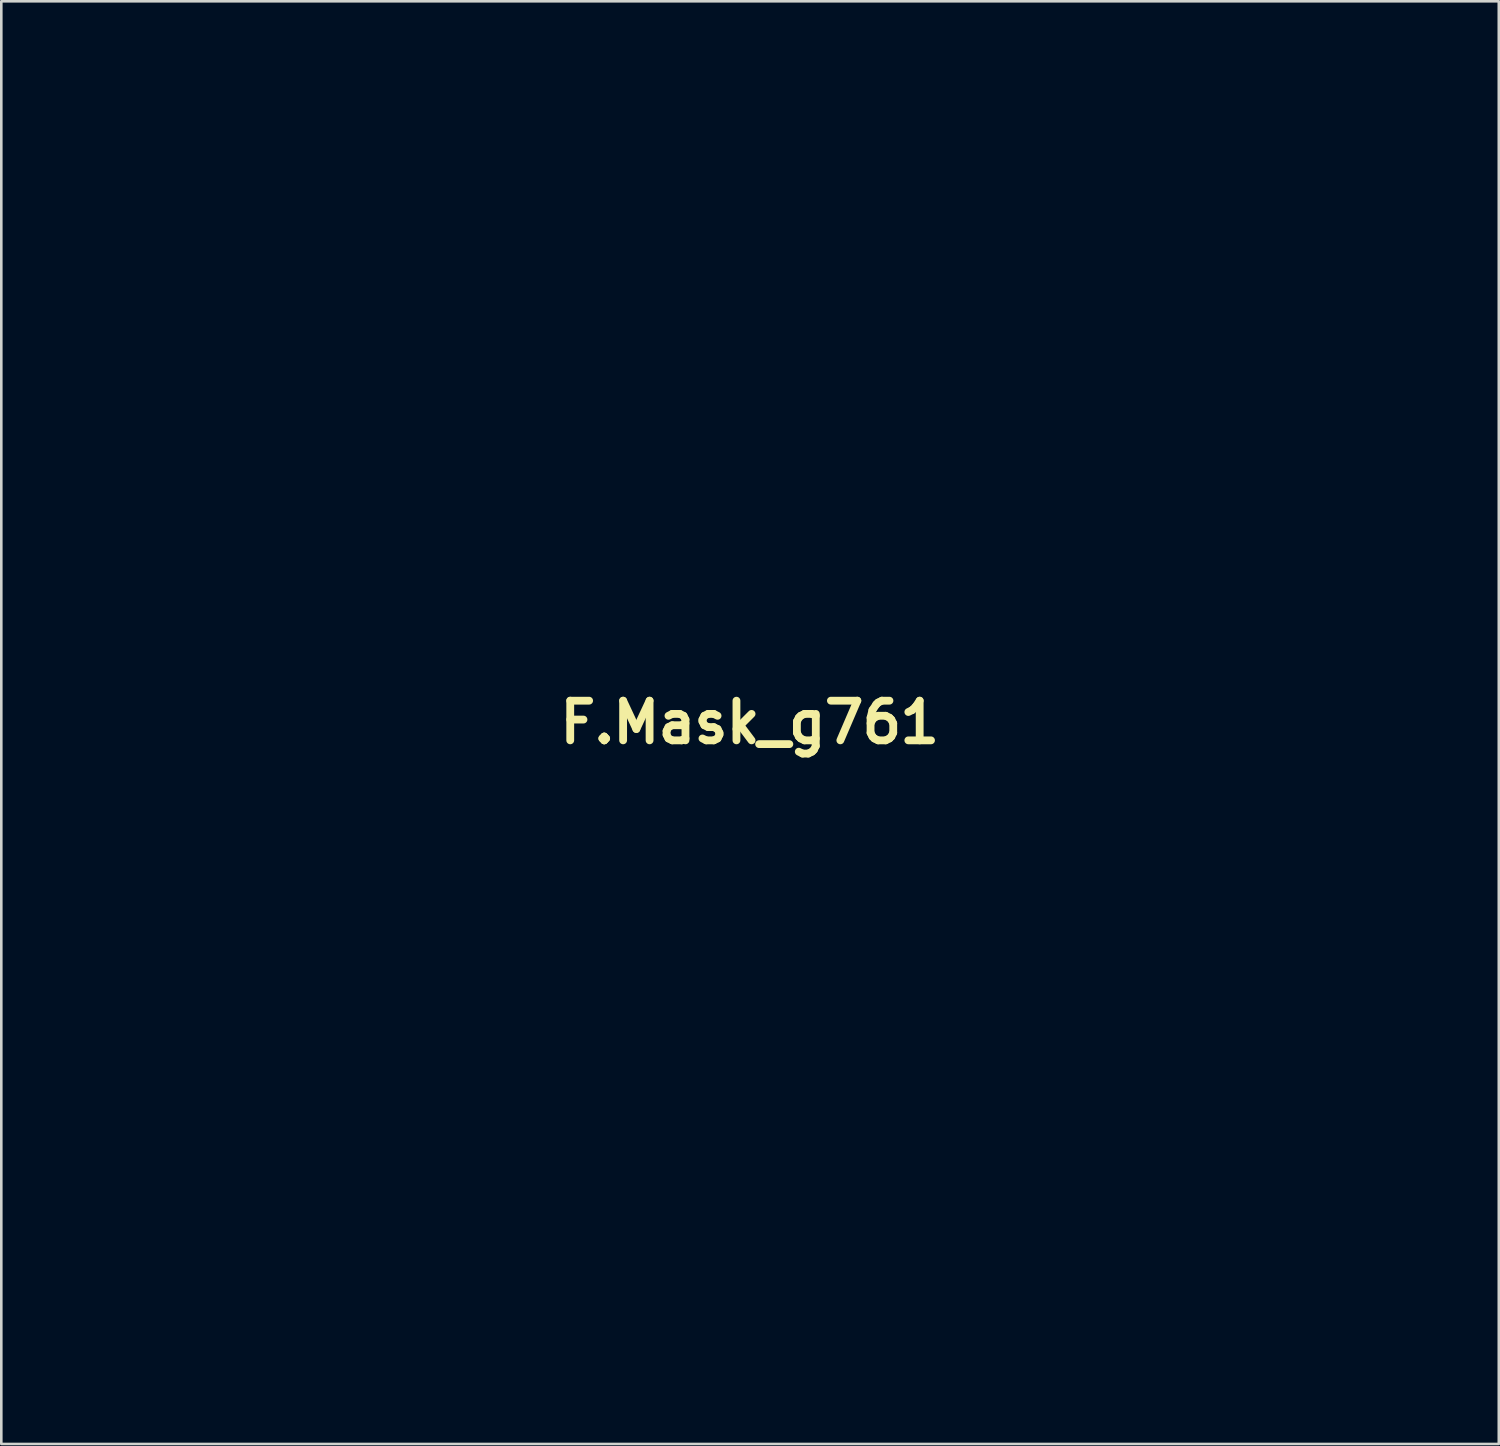
<source format=kicad_pcb>
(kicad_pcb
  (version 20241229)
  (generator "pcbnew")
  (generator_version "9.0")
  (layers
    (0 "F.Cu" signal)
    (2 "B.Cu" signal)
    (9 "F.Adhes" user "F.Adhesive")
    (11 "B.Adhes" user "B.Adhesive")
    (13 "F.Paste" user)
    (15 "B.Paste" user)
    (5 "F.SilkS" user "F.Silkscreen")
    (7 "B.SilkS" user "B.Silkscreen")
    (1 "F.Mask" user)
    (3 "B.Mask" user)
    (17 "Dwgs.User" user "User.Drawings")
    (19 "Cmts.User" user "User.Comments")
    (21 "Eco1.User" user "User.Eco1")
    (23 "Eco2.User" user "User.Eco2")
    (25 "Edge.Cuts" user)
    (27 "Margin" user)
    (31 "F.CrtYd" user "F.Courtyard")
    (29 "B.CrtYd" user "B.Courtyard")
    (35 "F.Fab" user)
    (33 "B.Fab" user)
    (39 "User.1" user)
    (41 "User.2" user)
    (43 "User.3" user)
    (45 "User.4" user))
  (footprint "F.Mask_g761"
    (layer "F.Cu")
    (at 25.754 24.706)
    (property "Reference" "F.Mask_g761" (at 0 0 0) (layer "F.SilkS") (effects (font (size 1.524 1.524) (thickness 0.3))))
    (attr through_hole)
    (fp_poly (pts (xy 6.287 -7.246) (xy 6.322 -7.192) (xy 6.371 -7.114) (xy 6.428 -7.019) (xy 6.491 -6.913) (xy 6.554 -6.802) (xy 6.616 -6.694) (xy 6.67 -6.594) (xy 6.715 -6.509) (xy 6.72 -6.498) (xy 6.822 -6.284) (xy 6.915 -6.064) (xy 6.996 -5.85) (xy 7.057 -5.657) (xy 7.062 -5.639) (xy 7.087 -5.542) (xy 7.104 -5.459) (xy 7.113 -5.374) (xy 7.118 -5.276) (xy 7.119 -5.149) (xy 7.119 -5.144) (xy 7.108 -4.902) (xy 7.075 -4.692) (xy 7.018 -4.51) (xy 6.935 -4.349) (xy 6.825 -4.204) (xy 6.776 -4.153) (xy 6.626 -4.03) (xy 6.435 -3.918) (xy 6.205 -3.817) (xy 5.935 -3.728) (xy 5.627 -3.65) (xy 5.307 -3.589) (xy 5.189 -3.57) (xy 5.049 -3.551) (xy 4.895 -3.531) (xy 4.734 -3.512) (xy 4.573 -3.494) (xy 4.422 -3.478) (xy 4.286 -3.465) (xy 4.173 -3.456) (xy 4.092 -3.452) (xy 4.07 -3.451) (xy 3.99 -3.452) (xy 4.073 -3.52) (xy 4.37 -3.771) (xy 4.633 -4.015) (xy 4.867 -4.26) (xy 5.08 -4.512) (xy 5.278 -4.779) (xy 5.466 -5.067) (xy 5.585 -5.268) (xy 5.749 -5.581) (xy 5.896 -5.913) (xy 6.022 -6.256) (xy 6.124 -6.599) (xy 6.199 -6.932) (xy 6.234 -7.159) (xy 6.245 -7.222) (xy 6.258 -7.262) (xy 6.268 -7.269) (xy 6.287 -7.246)) (stroke (width 0.01) (type solid)) (fill yes) (layer "F.Mask"))
    (fp_poly (pts (xy 1.384 -11.447) (xy 1.418 -11.445) (xy 1.616 -11.414) (xy 1.831 -11.351) (xy 2.011 -11.278) (xy 2.148 -11.216) (xy 1.957 -11.115) (xy 1.857 -11.06) (xy 1.752 -10.999) (xy 1.662 -10.943) (xy 1.634 -10.925) (xy 1.346 -10.707) (xy 1.065 -10.45) (xy 0.796 -10.16) (xy 0.539 -9.838) (xy 0.297 -9.49) (xy 0.074 -9.119) (xy -0.128 -8.728) (xy -0.307 -8.322) (xy -0.459 -7.905) (xy -0.467 -7.881) (xy -0.498 -7.782) (xy -0.516 -7.715) (xy -0.522 -7.671) (xy -0.517 -7.644) (xy -0.509 -7.632) (xy -0.495 -7.616) (xy -0.481 -7.605) (xy -0.463 -7.6) (xy -0.44 -7.605) (xy -0.407 -7.621) (xy -0.362 -7.649) (xy -0.303 -7.693) (xy -0.226 -7.755) (xy -0.128 -7.835) (xy -0.006 -7.937) (xy 0.143 -8.062) (xy 0.309 -8.203) (xy 0.52 -8.379) (xy 0.703 -8.532) (xy 0.866 -8.664) (xy 1.012 -8.78) (xy 1.148 -8.883) (xy 1.278 -8.978) (xy 1.406 -9.068) (xy 1.504 -9.134) (xy 1.809 -9.326) (xy 2.097 -9.479) (xy 2.368 -9.595) (xy 2.623 -9.673) (xy 2.863 -9.713) (xy 3.089 -9.716) (xy 3.301 -9.681) (xy 3.5 -9.608) (xy 3.688 -9.498) (xy 3.844 -9.371) (xy 4.092 -9.112) (xy 4.303 -8.835) (xy 4.475 -8.543) (xy 4.608 -8.236) (xy 4.702 -7.916) (xy 4.757 -7.584) (xy 4.772 -7.243) (xy 4.748 -6.893) (xy 4.683 -6.536) (xy 4.578 -6.173) (xy 4.501 -5.967) (xy 4.335 -5.597) (xy 4.149 -5.259) (xy 3.938 -4.946) (xy 3.698 -4.652) (xy 3.446 -4.392) (xy 3.151 -4.132) (xy 2.845 -3.913) (xy 2.529 -3.734) (xy 2.2 -3.594) (xy 1.859 -3.494) (xy 1.503 -3.433) (xy 1.433 -3.426) (xy 1.23 -3.414) (xy 1.036 -3.421) (xy 0.837 -3.447) (xy 0.618 -3.493) (xy 0.587 -3.501) (xy 0.28 -3.599) (xy -0.028 -3.737) (xy -0.335 -3.912) (xy -0.638 -4.121) (xy -0.933 -4.364) (xy -1.217 -4.637) (xy -1.488 -4.938) (xy -1.692 -5.196) (xy -1.746 -5.266) (xy -1.793 -5.322) (xy -1.827 -5.357) (xy -1.834 -5.362) (xy -1.874 -5.365) (xy -1.911 -5.339) (xy -1.926 -5.298) (xy -1.915 -5.258) (xy -1.885 -5.189) (xy -1.839 -5.097) (xy -1.78 -4.988) (xy -1.712 -4.869) (xy -1.639 -4.747) (xy -1.564 -4.627) (xy -1.524 -4.565) (xy -1.319 -4.279) (xy -1.095 -4.007) (xy -0.857 -3.756) (xy -0.612 -3.53) (xy -0.363 -3.335) (xy -0.117 -3.176) (xy -0.094 -3.163) (xy -0.011 -3.115) (xy 0.037 -3.082) (xy 0.053 -3.06) (xy 0.04 -3.045) (xy 0.017 -3.038) (xy -0.042 -3.025) (xy -0.136 -3.007) (xy -0.259 -2.984) (xy -0.405 -2.958) (xy -0.568 -2.929) (xy -0.741 -2.898) (xy -0.918 -2.867) (xy -1.093 -2.837) (xy -1.26 -2.809) (xy -1.411 -2.784) (xy -1.542 -2.763) (xy -1.645 -2.747) (xy -1.674 -2.743) (xy -2.041 -2.696) (xy -2.38 -2.664) (xy -2.688 -2.648) (xy -2.962 -2.647) (xy -3.201 -2.662) (xy -3.315 -2.677) (xy -3.466 -2.705) (xy -3.608 -2.741) (xy -3.731 -2.782) (xy -3.826 -2.825) (xy -3.852 -2.841) (xy -3.93 -2.91) (xy -3.989 -3.003) (xy -4.031 -3.123) (xy -4.056 -3.275) (xy -4.067 -3.462) (xy -4.067 -3.514) (xy -4.063 -3.694) (xy -4.048 -3.874) (xy -4.02 -4.064) (xy -3.978 -4.272) (xy -3.925 -4.498) (xy -3.846 -4.786) (xy -3.746 -5.105) (xy -3.627 -5.45) (xy -3.491 -5.815) (xy -3.34 -6.196) (xy -3.176 -6.588) (xy -3.001 -6.985) (xy -2.818 -7.383) (xy -2.678 -7.673) (xy -2.47 -8.073) (xy -2.25 -8.447) (xy -2.013 -8.8) (xy -1.754 -9.14) (xy -1.469 -9.473) (xy -1.151 -9.807) (xy -0.919 -10.033) (xy -0.668 -10.259) (xy -0.4 -10.48) (xy -0.12 -10.69) (xy 0.164 -10.886) (xy 0.446 -11.063) (xy 0.719 -11.216) (xy 0.977 -11.341) (xy 1.09 -11.389) (xy 1.179 -11.423) (xy 1.246 -11.442) (xy 1.309 -11.449) (xy 1.384 -11.447)) (stroke (width 0.01) (type solid)) (fill yes) (layer "F.Mask"))
    (fp_poly (pts (xy 25.621 -24.681) (xy 25.638 -24.622) (xy 25.656 -24.53) (xy 25.675 -24.407) (xy 25.695 -24.258) (xy 25.714 -24.087) (xy 25.732 -23.898) (xy 25.749 -23.695) (xy 25.761 -23.519) (xy 25.768 -23.38) (xy 25.773 -23.205) (xy 25.776 -23) (xy 25.778 -22.772) (xy 25.777 -22.528) (xy 25.776 -22.273) (xy 25.773 -22.014) (xy 25.768 -21.757) (xy 25.762 -21.509) (xy 25.755 -21.276) (xy 25.747 -21.065) (xy 25.738 -20.881) (xy 25.73 -20.765) (xy 25.693 -20.313) (xy 25.651 -19.88) (xy 25.605 -19.457) (xy 25.552 -19.032) (xy 25.49 -18.597) (xy 25.42 -18.141) (xy 25.339 -17.655) (xy 25.335 -17.632) (xy 25.175 -16.755) (xy 25.002 -15.916) (xy 24.815 -15.112) (xy 24.612 -14.34) (xy 24.394 -13.598) (xy 24.158 -12.883) (xy 23.906 -12.192) (xy 23.634 -11.522) (xy 23.344 -10.872) (xy 23.037 -10.245) (xy 22.874 -9.931) (xy 22.718 -9.651) (xy 22.566 -9.395) (xy 22.412 -9.157) (xy 22.252 -8.928) (xy 22.081 -8.702) (xy 21.897 -8.474) (xy 21.592 -8.129) (xy 21.262 -7.796) (xy 20.91 -7.478) (xy 20.54 -7.176) (xy 20.156 -6.892) (xy 19.76 -6.629) (xy 19.357 -6.389) (xy 18.951 -6.175) (xy 18.545 -5.987) (xy 18.142 -5.828) (xy 17.747 -5.702) (xy 17.362 -5.608) (xy 16.992 -5.551) (xy 16.965 -5.548) (xy 16.841 -5.538) (xy 16.696 -5.528) (xy 16.541 -5.521) (xy 16.388 -5.516) (xy 16.248 -5.514) (xy 16.131 -5.514) (xy 16.066 -5.517) (xy 15.571 -5.564) (xy 15.102 -5.644) (xy 14.657 -5.757) (xy 14.233 -5.905) (xy 13.827 -6.088) (xy 13.437 -6.306) (xy 13.061 -6.562) (xy 12.922 -6.668) (xy 12.808 -6.764) (xy 12.677 -6.884) (xy 12.537 -7.02) (xy 12.396 -7.163) (xy 12.263 -7.305) (xy 12.145 -7.438) (xy 12.066 -7.535) (xy 11.768 -7.954) (xy 11.5 -8.402) (xy 11.262 -8.879) (xy 11.055 -9.385) (xy 10.877 -9.921) (xy 10.828 -10.097) (xy 10.791 -10.233) (xy 10.758 -10.37) (xy 10.727 -10.5) (xy 10.702 -10.617) (xy 10.684 -10.713) (xy 10.673 -10.782) (xy 10.672 -10.817) (xy 10.672 -10.818) (xy 10.682 -10.81) (xy 10.703 -10.77) (xy 10.732 -10.704) (xy 10.751 -10.654) (xy 10.912 -10.282) (xy 11.112 -9.914) (xy 11.344 -9.557) (xy 11.606 -9.218) (xy 11.862 -8.935) (xy 12.208 -8.609) (xy 12.571 -8.321) (xy 12.951 -8.071) (xy 13.351 -7.858) (xy 13.772 -7.681) (xy 14.215 -7.54) (xy 14.682 -7.434) (xy 14.725 -7.426) (xy 14.816 -7.411) (xy 14.901 -7.399) (xy 14.987 -7.39) (xy 15.081 -7.384) (xy 15.192 -7.38) (xy 15.327 -7.378) (xy 15.495 -7.377) (xy 15.547 -7.377) (xy 15.738 -7.378) (xy 15.893 -7.38) (xy 16.021 -7.384) (xy 16.129 -7.391) (xy 16.224 -7.4) (xy 16.313 -7.412) (xy 16.33 -7.415) (xy 16.803 -7.514) (xy 17.256 -7.65) (xy 17.689 -7.823) (xy 18.102 -8.033) (xy 18.493 -8.279) (xy 18.863 -8.562) (xy 19.209 -8.879) (xy 19.528 -9.226) (xy 19.81 -9.596) (xy 20.056 -9.988) (xy 20.266 -10.401) (xy 20.439 -10.834) (xy 20.575 -11.287) (xy 20.673 -11.758) (xy 20.686 -11.847) (xy 20.696 -11.94) (xy 20.703 -12.045) (xy 20.708 -12.169) (xy 20.71 -12.32) (xy 20.711 -12.504) (xy 20.711 -12.541) (xy 20.71 -12.719) (xy 20.709 -12.862) (xy 20.705 -12.979) (xy 20.7 -13.077) (xy 20.692 -13.164) (xy 20.681 -13.248) (xy 20.667 -13.337) (xy 20.662 -13.363) (xy 20.557 -13.835) (xy 20.416 -14.287) (xy 20.238 -14.717) (xy 20.023 -15.127) (xy 19.773 -15.514) (xy 19.487 -15.879) (xy 19.217 -16.169) (xy 19.11 -16.273) (xy 18.988 -16.384) (xy 18.861 -16.495) (xy 18.736 -16.599) (xy 18.623 -16.689) (xy 18.528 -16.757) (xy 18.508 -16.771) (xy 18.464 -16.803) (xy 18.442 -16.826) (xy 18.442 -16.83) (xy 18.459 -16.848) (xy 18.503 -16.886) (xy 18.566 -16.94) (xy 18.637 -16.998) (xy 18.864 -17.188) (xy 19.099 -17.394) (xy 19.336 -17.611) (xy 19.569 -17.832) (xy 19.791 -18.051) (xy 19.996 -18.261) (xy 20.177 -18.457) (xy 20.269 -18.563) (xy 20.578 -18.945) (xy 20.846 -19.318) (xy 21.075 -19.684) (xy 21.265 -20.043) (xy 21.417 -20.397) (xy 21.531 -20.748) (xy 21.571 -20.904) (xy 21.591 -21.005) (xy 21.606 -21.104) (xy 21.615 -21.214) (xy 21.62 -21.346) (xy 21.623 -21.46) (xy 21.626 -21.807) (xy 21.836 -21.986) (xy 22.29 -22.372) (xy 22.719 -22.727) (xy 23.126 -23.053) (xy 23.513 -23.354) (xy 23.884 -23.63) (xy 24.242 -23.884) (xy 24.587 -24.118) (xy 24.892 -24.314) (xy 25.013 -24.388) (xy 25.137 -24.461) (xy 25.259 -24.53) (xy 25.371 -24.592) (xy 25.468 -24.643) (xy 25.545 -24.68) (xy 25.594 -24.699) (xy 25.605 -24.701) (xy 25.621 -24.681)) (stroke (width 0.01) (type solid)) (fill yes) (layer "F.Mask"))
    (fp_poly (pts (xy -24.892 -20.773) (xy -24.816 -20.77) (xy -24.739 -20.763) (xy -24.659 -20.75) (xy -24.573 -20.731) (xy -24.475 -20.705) (xy -24.365 -20.669) (xy -24.238 -20.623) (xy -24.09 -20.566) (xy -23.919 -20.496) (xy -23.721 -20.413) (xy -23.493 -20.315) (xy -23.232 -20.201) (xy -23.086 -20.137) (xy -22.917 -20.063) (xy -22.755 -19.993) (xy -22.604 -19.927) (xy -22.471 -19.869) (xy -22.36 -19.822) (xy -22.278 -19.787) (xy -22.236 -19.77) (xy -22.024 -19.692) (xy -21.782 -19.614) (xy -21.522 -19.538) (xy -21.256 -19.468) (xy -20.994 -19.408) (xy -20.871 -19.382) (xy -20.796 -19.366) (xy -20.752 -19.35) (xy -20.728 -19.326) (xy -20.711 -19.288) (xy -20.709 -19.282) (xy -20.553 -18.856) (xy -20.387 -18.464) (xy -20.205 -18.097) (xy -20.004 -17.747) (xy -19.779 -17.406) (xy -19.526 -17.065) (xy -19.464 -16.987) (xy -19.325 -16.823) (xy -19.16 -16.641) (xy -18.977 -16.45) (xy -18.782 -16.257) (xy -18.584 -16.069) (xy -18.391 -15.894) (xy -18.21 -15.74) (xy -18.153 -15.694) (xy -18.072 -15.629) (xy -18.259 -15.493) (xy -18.632 -15.197) (xy -18.973 -14.874) (xy -19.282 -14.524) (xy -19.557 -14.149) (xy -19.797 -13.752) (xy -20.002 -13.333) (xy -20.17 -12.894) (xy -20.234 -12.689) (xy -20.272 -12.542) (xy -20.311 -12.367) (xy -20.349 -12.175) (xy -20.381 -11.982) (xy -20.387 -11.949) (xy -20.398 -11.845) (xy -20.406 -11.709) (xy -20.412 -11.549) (xy -20.414 -11.375) (xy -20.414 -11.197) (xy -20.411 -11.024) (xy -20.405 -10.865) (xy -20.397 -10.73) (xy -20.386 -10.636) (xy -20.296 -10.163) (xy -20.169 -9.707) (xy -20.006 -9.271) (xy -19.807 -8.856) (xy -19.576 -8.463) (xy -19.312 -8.094) (xy -19.017 -7.751) (xy -18.692 -7.435) (xy -18.339 -7.148) (xy -17.959 -6.891) (xy -17.553 -6.666) (xy -17.121 -6.475) (xy -17.065 -6.454) (xy -16.648 -6.317) (xy -16.214 -6.217) (xy -15.771 -6.155) (xy -15.322 -6.13) (xy -14.874 -6.142) (xy -14.431 -6.193) (xy -14 -6.282) (xy -13.985 -6.286) (xy -13.536 -6.423) (xy -13.105 -6.598) (xy -12.694 -6.81) (xy -12.304 -7.058) (xy -11.937 -7.34) (xy -11.597 -7.655) (xy -11.556 -7.696) (xy -11.241 -8.053) (xy -10.962 -8.429) (xy -10.721 -8.826) (xy -10.517 -9.244) (xy -10.35 -9.68) (xy -10.221 -10.136) (xy -10.146 -10.509) (xy -10.128 -10.654) (xy -10.115 -10.83) (xy -10.107 -11.03) (xy -10.104 -11.242) (xy -10.106 -11.458) (xy -10.113 -11.668) (xy -10.124 -11.862) (xy -10.141 -12.031) (xy -10.156 -12.13) (xy -10.18 -12.257) (xy -10.209 -12.392) (xy -10.24 -12.525) (xy -10.27 -12.646) (xy -10.297 -12.745) (xy -10.319 -12.81) (xy -10.319 -12.841) (xy -10.284 -12.856) (xy -10.043 -12.906) (xy -9.835 -12.956) (xy -9.65 -13.011) (xy -9.477 -13.073) (xy -9.307 -13.145) (xy -9.155 -13.219) (xy -9.048 -13.272) (xy -8.973 -13.307) (xy -8.925 -13.325) (xy -8.896 -13.33) (xy -8.883 -13.322) (xy -8.882 -13.317) (xy -8.871 -13.28) (xy -8.852 -13.216) (xy -8.83 -13.138) (xy -8.829 -13.134) (xy -8.769 -12.912) (xy -8.711 -12.657) (xy -8.656 -12.382) (xy -8.605 -12.096) (xy -8.561 -11.81) (xy -8.526 -11.534) (xy -8.518 -11.457) (xy -8.502 -11.265) (xy -8.491 -11.044) (xy -8.484 -10.803) (xy -8.482 -10.555) (xy -8.485 -10.309) (xy -8.492 -10.076) (xy -8.504 -9.865) (xy -8.517 -9.723) (xy -8.595 -9.169) (xy -8.705 -8.641) (xy -8.847 -8.139) (xy -9.022 -7.664) (xy -9.229 -7.216) (xy -9.467 -6.796) (xy -9.738 -6.402) (xy -10.04 -6.037) (xy -10.226 -5.842) (xy -10.512 -5.576) (xy -10.814 -5.335) (xy -11.135 -5.119) (xy -11.477 -4.925) (xy -11.843 -4.753) (xy -12.234 -4.602) (xy -12.654 -4.471) (xy -13.105 -4.359) (xy -13.589 -4.265) (xy -14.109 -4.188) (xy -14.367 -4.158) (xy -14.463 -4.149) (xy -14.59 -4.141) (xy -14.743 -4.134) (xy -14.911 -4.128) (xy -15.089 -4.122) (xy -15.269 -4.118) (xy -15.442 -4.115) (xy -15.602 -4.113) (xy -15.74 -4.114) (xy -15.849 -4.116) (xy -15.907 -4.119) (xy -16.433 -4.176) (xy -16.93 -4.26) (xy -17.403 -4.372) (xy -17.857 -4.514) (xy -18.298 -4.687) (xy -18.68 -4.868) (xy -18.944 -5.009) (xy -19.198 -5.158) (xy -19.447 -5.32) (xy -19.701 -5.5) (xy -19.965 -5.704) (xy -20.238 -5.927) (xy -20.828 -6.445) (xy -21.379 -6.978) (xy -21.892 -7.528) (xy -22.367 -8.095) (xy -22.806 -8.68) (xy -23.209 -9.285) (xy -23.576 -9.911) (xy -23.91 -10.559) (xy -24.211 -11.229) (xy -24.267 -11.367) (xy -24.399 -11.711) (xy -24.532 -12.093) (xy -24.664 -12.507) (xy -24.794 -12.947) (xy -24.921 -13.407) (xy -25.043 -13.883) (xy -25.159 -14.369) (xy -25.269 -14.86) (xy -25.369 -15.35) (xy -25.46 -15.835) (xy -25.54 -16.308) (xy -25.607 -16.764) (xy -25.621 -16.87) (xy -25.653 -17.122) (xy -25.679 -17.342) (xy -25.7 -17.537) (xy -25.717 -17.718) (xy -25.729 -17.891) (xy -25.738 -18.067) (xy -25.744 -18.253) (xy -25.747 -18.458) (xy -25.749 -18.692) (xy -25.749 -18.86) (xy -25.749 -19.074) (xy -25.748 -19.251) (xy -25.747 -19.396) (xy -25.745 -19.515) (xy -25.742 -19.612) (xy -25.737 -19.694) (xy -25.731 -19.764) (xy -25.723 -19.828) (xy -25.713 -19.893) (xy -25.703 -19.951) (xy -25.664 -20.138) (xy -25.621 -20.289) (xy -25.569 -20.41) (xy -25.505 -20.508) (xy -25.425 -20.588) (xy -25.325 -20.657) (xy -25.235 -20.706) (xy -25.165 -20.739) (xy -25.108 -20.759) (xy -25.049 -20.769) (xy -24.975 -20.773) (xy -24.892 -20.773)) (stroke (width 0.01) (type solid)) (fill yes) (layer "F.Mask"))
    (fp_poly (pts (xy 11.188 0.171) (xy 11.28 0.175) (xy 11.396 0.182) (xy 11.531 0.191) (xy 11.68 0.202) (xy 11.835 0.215) (xy 11.991 0.23) (xy 12.143 0.244) (xy 12.245 0.255) (xy 12.714 0.314) (xy 13.153 0.384) (xy 13.56 0.465) (xy 13.934 0.557) (xy 14.273 0.659) (xy 14.576 0.77) (xy 14.841 0.89) (xy 15.066 1.019) (xy 15.16 1.083) (xy 15.321 1.218) (xy 15.49 1.391) (xy 15.668 1.599) (xy 15.85 1.84) (xy 16.037 2.111) (xy 16.225 2.41) (xy 16.412 2.733) (xy 16.598 3.079) (xy 16.68 3.239) (xy 17 3.925) (xy 17.284 4.633) (xy 17.534 5.363) (xy 17.746 6.112) (xy 17.923 6.879) (xy 18.063 7.662) (xy 18.165 8.46) (xy 18.227 9.218) (xy 18.234 9.396) (xy 18.239 9.606) (xy 18.242 9.84) (xy 18.241 10.089) (xy 18.238 10.345) (xy 18.233 10.6) (xy 18.226 10.846) (xy 18.216 11.072) (xy 18.204 11.272) (xy 18.193 11.409) (xy 18.096 12.242) (xy 17.96 13.06) (xy 17.784 13.865) (xy 17.568 14.658) (xy 17.312 15.441) (xy 17.075 16.066) (xy 16.963 16.347) (xy 16.636 16.462) (xy 16.195 16.61) (xy 15.723 16.757) (xy 15.23 16.902) (xy 14.726 17.039) (xy 14.223 17.168) (xy 13.732 17.284) (xy 13.262 17.386) (xy 13.102 17.418) (xy 12.953 17.446) (xy 12.794 17.475) (xy 12.633 17.504) (xy 12.476 17.532) (xy 12.329 17.557) (xy 12.197 17.578) (xy 12.088 17.595) (xy 12.008 17.606) (xy 11.962 17.61) (xy 11.959 17.61) (xy 11.936 17.607) (xy 11.917 17.595) (xy 11.9 17.565) (xy 11.88 17.511) (xy 11.855 17.427) (xy 11.839 17.371) (xy 11.693 16.926) (xy 11.506 16.489) (xy 11.281 16.065) (xy 11.018 15.656) (xy 10.961 15.576) (xy 10.831 15.428) (xy 10.688 15.319) (xy 10.53 15.251) (xy 10.358 15.222) (xy 10.252 15.224) (xy 10.086 15.257) (xy 9.936 15.325) (xy 9.805 15.421) (xy 9.698 15.542) (xy 9.617 15.682) (xy 9.568 15.835) (xy 9.554 15.996) (xy 9.576 16.148) (xy 9.599 16.218) (xy 9.635 16.297) (xy 9.689 16.393) (xy 9.764 16.512) (xy 9.798 16.564) (xy 10.005 16.899) (xy 10.172 17.225) (xy 10.302 17.546) (xy 10.396 17.867) (xy 10.455 18.192) (xy 10.48 18.525) (xy 10.473 18.87) (xy 10.43 19.225) (xy 10.345 19.588) (xy 10.219 19.96) (xy 10.051 20.341) (xy 10.03 20.384) (xy 9.782 20.833) (xy 9.497 21.263) (xy 9.175 21.674) (xy 8.818 22.064) (xy 8.426 22.431) (xy 8.002 22.776) (xy 7.545 23.097) (xy 7.057 23.394) (xy 6.657 23.606) (xy 6.106 23.86) (xy 5.526 24.084) (xy 4.919 24.278) (xy 4.289 24.442) (xy 3.638 24.573) (xy 2.985 24.671) (xy 2.896 24.679) (xy 2.773 24.687) (xy 2.621 24.694) (xy 2.447 24.701) (xy 2.26 24.706) (xy 2.065 24.711) (xy 1.87 24.714) (xy 1.682 24.717) (xy 1.507 24.717) (xy 1.353 24.716) (xy 1.227 24.714) (xy 1.135 24.709) (xy 1.132 24.709) (xy 0.969 24.693) (xy 0.777 24.67) (xy 0.57 24.641) (xy 0.359 24.609) (xy 0.159 24.575) (xy -0.013 24.542) (xy -0.301 24.48) (xy -0.554 24.418) (xy -0.776 24.354) (xy -0.974 24.286) (xy -1.155 24.212) (xy -1.259 24.163) (xy -1.568 23.997) (xy -1.886 23.799) (xy -2.208 23.572) (xy -2.528 23.323) (xy -2.84 23.056) (xy -3.138 22.778) (xy -3.415 22.493) (xy -3.666 22.206) (xy -3.885 21.924) (xy -3.959 21.817) (xy -4.024 21.714) (xy -4.097 21.585) (xy -4.174 21.441) (xy -4.249 21.292) (xy -4.318 21.147) (xy -4.375 21.017) (xy -4.416 20.911) (xy -4.422 20.895) (xy -4.463 20.743) (xy -4.495 20.571) (xy -4.517 20.374) (xy -4.531 20.148) (xy -4.536 19.885) (xy -4.536 19.854) (xy -4.526 19.476) (xy -4.495 19.129) (xy -4.44 18.809) (xy -4.36 18.508) (xy -4.255 18.223) (xy -4.121 17.947) (xy -4.002 17.741) (xy -3.927 17.591) (xy -3.886 17.439) (xy -3.88 17.294) (xy -3.882 17.273) (xy -3.926 17.09) (xy -4.004 16.93) (xy -4.113 16.796) (xy -4.251 16.691) (xy -4.415 16.618) (xy -4.465 16.604) (xy -4.633 16.582) (xy -4.802 16.6) (xy -4.963 16.657) (xy -5.111 16.751) (xy -5.114 16.754) (xy -5.218 16.857) (xy -5.325 16.997) (xy -5.432 17.168) (xy -5.538 17.365) (xy -5.638 17.582) (xy -5.731 17.815) (xy -5.813 18.058) (xy -5.855 18.202) (xy -5.878 18.291) (xy -5.904 18.398) (xy -5.93 18.515) (xy -5.956 18.632) (xy -5.979 18.742) (xy -5.997 18.836) (xy -6.008 18.904) (xy -6.011 18.936) (xy -6.03 18.937) (xy -6.079 18.935) (xy -6.122 18.932) (xy -6.173 18.928) (xy -6.26 18.921) (xy -6.374 18.912) (xy -6.51 18.902) (xy -6.661 18.891) (xy -6.805 18.88) (xy -7.093 18.857) (xy -7.406 18.831) (xy -7.732 18.801) (xy -8.058 18.771) (xy -8.371 18.739) (xy -8.659 18.709) (xy -8.742 18.7) (xy -8.893 18.682) (xy -9.065 18.662) (xy -9.254 18.639) (xy -9.454 18.614) (xy -9.66 18.588) (xy -9.868 18.561) (xy -10.073 18.534) (xy -10.269 18.509) (xy -10.452 18.484) (xy -10.617 18.462) (xy -10.76 18.442) (xy -10.874 18.425) (xy -10.956 18.412) (xy -10.998 18.405) (xy -11.038 18.377) (xy -11.073 18.32) (xy -11.075 18.315) (xy -11.095 18.27) (xy -11.128 18.195) (xy -11.172 18.096) (xy -11.223 17.983) (xy -11.271 17.875) (xy -11.498 17.354) (xy -11.712 16.821) (xy -11.912 16.28) (xy -12.097 15.738) (xy -12.265 15.2) (xy -12.413 14.671) (xy -12.54 14.158) (xy -12.645 13.666) (xy -12.726 13.2) (xy -12.74 13.102) (xy -12.76 12.96) (xy -12.777 12.831) (xy -12.791 12.709) (xy -12.804 12.588) (xy -12.815 12.46) (xy -12.826 12.32) (xy -12.837 12.161) (xy -12.849 11.976) (xy -12.861 11.758) (xy -12.868 11.631) (xy -12.875 11.505) (xy -5.554 11.505) (xy -5.533 11.792) (xy -5.486 12.091) (xy -5.413 12.39) (xy -5.318 12.681) (xy -5.202 12.956) (xy -5.093 13.161) (xy -4.918 13.422) (xy -4.718 13.654) (xy -4.495 13.856) (xy -4.254 14.024) (xy -3.997 14.156) (xy -3.727 14.25) (xy -3.63 14.274) (xy -3.506 14.292) (xy -3.355 14.303) (xy -3.192 14.306) (xy -3.031 14.301) (xy -2.887 14.287) (xy -2.824 14.277) (xy -2.719 14.253) (xy -2.583 14.214) (xy -2.424 14.165) (xy -2.25 14.107) (xy -2.069 14.043) (xy -1.889 13.976) (xy -1.718 13.908) (xy -1.651 13.881) (xy -1.563 13.842) (xy -1.444 13.787) (xy -1.3 13.719) (xy -1.136 13.64) (xy -0.959 13.554) (xy -0.774 13.462) (xy -0.588 13.37) (xy -0.54 13.345) (xy -0.328 13.238) (xy -0.093 13.119) (xy 0.155 12.994) (xy 0.405 12.867) (xy 0.646 12.745) (xy 0.869 12.633) (xy 1.016 12.558) (xy 1.273 12.429) (xy 1.497 12.318) (xy 1.695 12.222) (xy 1.87 12.14) (xy 2.029 12.07) (xy 2.175 12.009) (xy 2.314 11.954) (xy 2.451 11.904) (xy 2.551 11.87) (xy 2.657 11.834) (xy 2.736 11.811) (xy 2.8 11.797) (xy 2.86 11.792) (xy 2.929 11.792) (xy 3.018 11.797) (xy 3.15 11.808) (xy 3.282 11.823) (xy 3.419 11.846) (xy 3.566 11.875) (xy 3.727 11.914) (xy 3.907 11.963) (xy 4.112 12.023) (xy 4.345 12.096) (xy 4.613 12.182) (xy 4.67 12.201) (xy 5.034 12.316) (xy 5.364 12.413) (xy 5.663 12.491) (xy 5.937 12.552) (xy 6.189 12.596) (xy 6.423 12.623) (xy 6.643 12.634) (xy 6.853 12.629) (xy 7.057 12.609) (xy 7.259 12.574) (xy 7.398 12.542) (xy 7.657 12.46) (xy 7.926 12.348) (xy 8.194 12.21) (xy 8.452 12.053) (xy 8.689 11.881) (xy 8.894 11.701) (xy 8.912 11.684) (xy 9.125 11.442) (xy 9.303 11.177) (xy 9.445 10.892) (xy 9.548 10.589) (xy 9.611 10.288) (xy 9.621 10.179) (xy 9.626 10.041) (xy 9.627 9.886) (xy 9.622 9.723) (xy 9.614 9.566) (xy 9.601 9.424) (xy 9.585 9.31) (xy 9.579 9.28) (xy 9.547 9.152) (xy 9.5 8.995) (xy 9.445 8.823) (xy 9.383 8.645) (xy 9.32 8.472) (xy 9.258 8.316) (xy 9.202 8.187) (xy 9.196 8.175) (xy 8.971 7.748) (xy 8.707 7.331) (xy 8.407 6.926) (xy 8.074 6.537) (xy 7.712 6.166) (xy 7.322 5.815) (xy 6.908 5.488) (xy 6.473 5.186) (xy 6.019 4.914) (xy 5.551 4.673) (xy 5.301 4.561) (xy 4.831 4.38) (xy 4.353 4.233) (xy 3.871 4.122) (xy 3.39 4.046) (xy 2.913 4.007) (xy 2.444 4.005) (xy 1.987 4.04) (xy 1.831 4.061) (xy 1.379 4.149) (xy 0.916 4.276) (xy 0.446 4.438) (xy -0.028 4.636) (xy -0.503 4.867) (xy -0.976 5.129) (xy -1.444 5.421) (xy -1.903 5.741) (xy -2.351 6.088) (xy -2.784 6.458) (xy -3.119 6.772) (xy -3.481 7.144) (xy -3.82 7.529) (xy -4.133 7.923) (xy -4.419 8.323) (xy -4.674 8.724) (xy -4.896 9.124) (xy -5.082 9.517) (xy -5.206 9.832) (xy -5.246 9.952) (xy -5.29 10.099) (xy -5.335 10.266) (xy -5.381 10.443) (xy -5.425 10.624) (xy -5.465 10.799) (xy -5.499 10.96) (xy -5.526 11.1) (xy -5.542 11.21) (xy -5.545 11.236) (xy -5.554 11.505) (xy -12.875 11.505) (xy -12.896 11.114) (xy -12.918 10.636) (xy -12.935 10.193) (xy -12.947 9.784) (xy -12.954 9.405) (xy -12.956 9.053) (xy -12.953 8.725) (xy -12.944 8.419) (xy -12.931 8.13) (xy -12.912 7.856) (xy -12.889 7.595) (xy -12.879 7.504) (xy -12.811 6.999) (xy -12.72 6.53) (xy -12.606 6.094) (xy -12.467 5.691) (xy -12.304 5.318) (xy -12.115 4.975) (xy -11.898 4.659) (xy -11.654 4.369) (xy -11.381 4.105) (xy -11.078 3.864) (xy -10.745 3.644) (xy -10.38 3.446) (xy -10.277 3.396) (xy -10.176 3.351) (xy -10.047 3.297) (xy -9.903 3.239) (xy -9.756 3.182) (xy -9.649 3.142) (xy -9.521 3.097) (xy -9.374 3.045) (xy -9.212 2.988) (xy -9.04 2.929) (xy -8.862 2.868) (xy -8.683 2.808) (xy -8.507 2.749) (xy -8.34 2.693) (xy -8.184 2.641) (xy -8.046 2.596) (xy -7.929 2.559) (xy -7.838 2.53) (xy -7.777 2.513) (xy -7.752 2.507) (xy -7.752 2.507) (xy -7.761 2.526) (xy -7.794 2.57) (xy -7.845 2.633) (xy -7.911 2.711) (xy -7.931 2.735) (xy -8.123 2.959) (xy -8.335 3.21) (xy -8.561 3.482) (xy -8.798 3.771) (xy -9.041 4.071) (xy -9.286 4.377) (xy -9.53 4.682) (xy -9.767 4.983) (xy -9.993 5.274) (xy -10.205 5.549) (xy -10.398 5.803) (xy -10.567 6.03) (xy -10.576 6.043) (xy -10.8 6.352) (xy -10.997 6.633) (xy -11.17 6.887) (xy -11.32 7.118) (xy -11.449 7.329) (xy -11.559 7.523) (xy -11.641 7.68) (xy -11.714 7.83) (xy -11.767 7.952) (xy -11.804 8.054) (xy -11.827 8.145) (xy -11.839 8.234) (xy -11.842 8.32) (xy -11.84 8.408) (xy -11.832 8.469) (xy -11.814 8.519) (xy -11.783 8.57) (xy -11.711 8.652) (xy -11.607 8.733) (xy -11.482 8.806) (xy -11.346 8.864) (xy -11.314 8.875) (xy -11.257 8.892) (xy -11.202 8.904) (xy -11.14 8.912) (xy -11.065 8.917) (xy -10.968 8.92) (xy -10.84 8.921) (xy -10.763 8.921) (xy -10.614 8.92) (xy -10.497 8.917) (xy -10.401 8.912) (xy -10.317 8.903) (xy -10.234 8.889) (xy -10.142 8.87) (xy -10.101 8.861) (xy -9.718 8.762) (xy -9.314 8.63) (xy -8.888 8.465) (xy -8.439 8.267) (xy -7.966 8.035) (xy -7.469 7.77) (xy -6.948 7.471) (xy -6.874 7.427) (xy -6.252 7.04) (xy -5.66 6.644) (xy -5.1 6.237) (xy -4.572 5.823) (xy -4.078 5.401) (xy -3.618 4.973) (xy -3.194 4.539) (xy -2.807 4.102) (xy -2.457 3.661) (xy -2.146 3.218) (xy -1.875 2.774) (xy -1.645 2.33) (xy -1.585 2.198) (xy -1.52 2.044) (xy -1.454 1.872) (xy -1.39 1.69) (xy -1.332 1.512) (xy -1.282 1.346) (xy -1.245 1.204) (xy -1.237 1.164) (xy -1.217 1.08) (xy -1.198 1.01) (xy -1.181 0.967) (xy -1.177 0.96) (xy -1.148 0.949) (xy -1.082 0.935) (xy -0.98 0.916) (xy -0.847 0.894) (xy -0.686 0.869) (xy -0.501 0.842) (xy -0.295 0.813) (xy -0.072 0.782) (xy 0.165 0.751) (xy 0.412 0.719) (xy 0.665 0.687) (xy 0.922 0.656) (xy 1.178 0.626) (xy 1.43 0.597) (xy 1.556 0.583) (xy 1.718 0.566) (xy 1.902 0.547) (xy 2.106 0.527) (xy 2.326 0.506) (xy 2.558 0.484) (xy 2.798 0.462) (xy 3.042 0.44) (xy 3.288 0.418) (xy 3.531 0.396) (xy 3.768 0.376) (xy 3.994 0.356) (xy 4.207 0.338) (xy 4.403 0.322) (xy 4.578 0.309) (xy 4.728 0.297) (xy 4.85 0.289) (xy 4.94 0.283) (xy 4.994 0.281) (xy 5.01 0.283) (xy 5.015 0.305) (xy 5.024 0.36) (xy 5.035 0.441) (xy 5.048 0.539) (xy 5.049 0.541) (xy 5.119 0.956) (xy 5.218 1.346) (xy 5.351 1.719) (xy 5.517 2.08) (xy 5.721 2.433) (xy 5.964 2.786) (xy 6.018 2.857) (xy 6.394 3.329) (xy 6.804 3.803) (xy 7.238 4.273) (xy 7.69 4.731) (xy 8.152 5.168) (xy 8.615 5.576) (xy 8.731 5.674) (xy 9.03 5.914) (xy 9.351 6.158) (xy 9.682 6.397) (xy 10.012 6.623) (xy 10.329 6.828) (xy 10.398 6.87) (xy 10.838 7.131) (xy 11.252 7.357) (xy 11.641 7.551) (xy 12.006 7.711) (xy 12.346 7.839) (xy 12.661 7.933) (xy 12.953 7.995) (xy 13.221 8.024) (xy 13.311 8.027) (xy 13.528 8.016) (xy 13.72 7.981) (xy 13.884 7.924) (xy 14.018 7.846) (xy 14.118 7.748) (xy 14.183 7.632) (xy 14.185 7.627) (xy 14.198 7.567) (xy 14.207 7.472) (xy 14.212 7.34) (xy 14.213 7.207) (xy 14.211 7.061) (xy 14.206 6.942) (xy 14.197 6.838) (xy 14.182 6.733) (xy 14.159 6.614) (xy 14.154 6.588) (xy 14.057 6.18) (xy 13.931 5.746) (xy 13.777 5.288) (xy 13.598 4.811) (xy 13.393 4.317) (xy 13.166 3.809) (xy 12.917 3.29) (xy 12.648 2.764) (xy 12.359 2.233) (xy 12.054 1.702) (xy 11.733 1.172) (xy 11.397 0.647) (xy 11.341 0.563) (xy 11.268 0.451) (xy 11.204 0.351) (xy 11.153 0.269) (xy 11.118 0.209) (xy 11.102 0.177) (xy 11.102 0.173) (xy 11.127 0.17) (xy 11.188 0.171)) (stroke (width 0.01) (type solid)) (fill yes) (layer "F.Mask")))
  (gr_rect
    (start -3 -3)
    (end 54.536 52.429)
    (stroke (width 0.1) (type default))
    (fill no)
    (layer "Edge.Cuts")))
</source>
